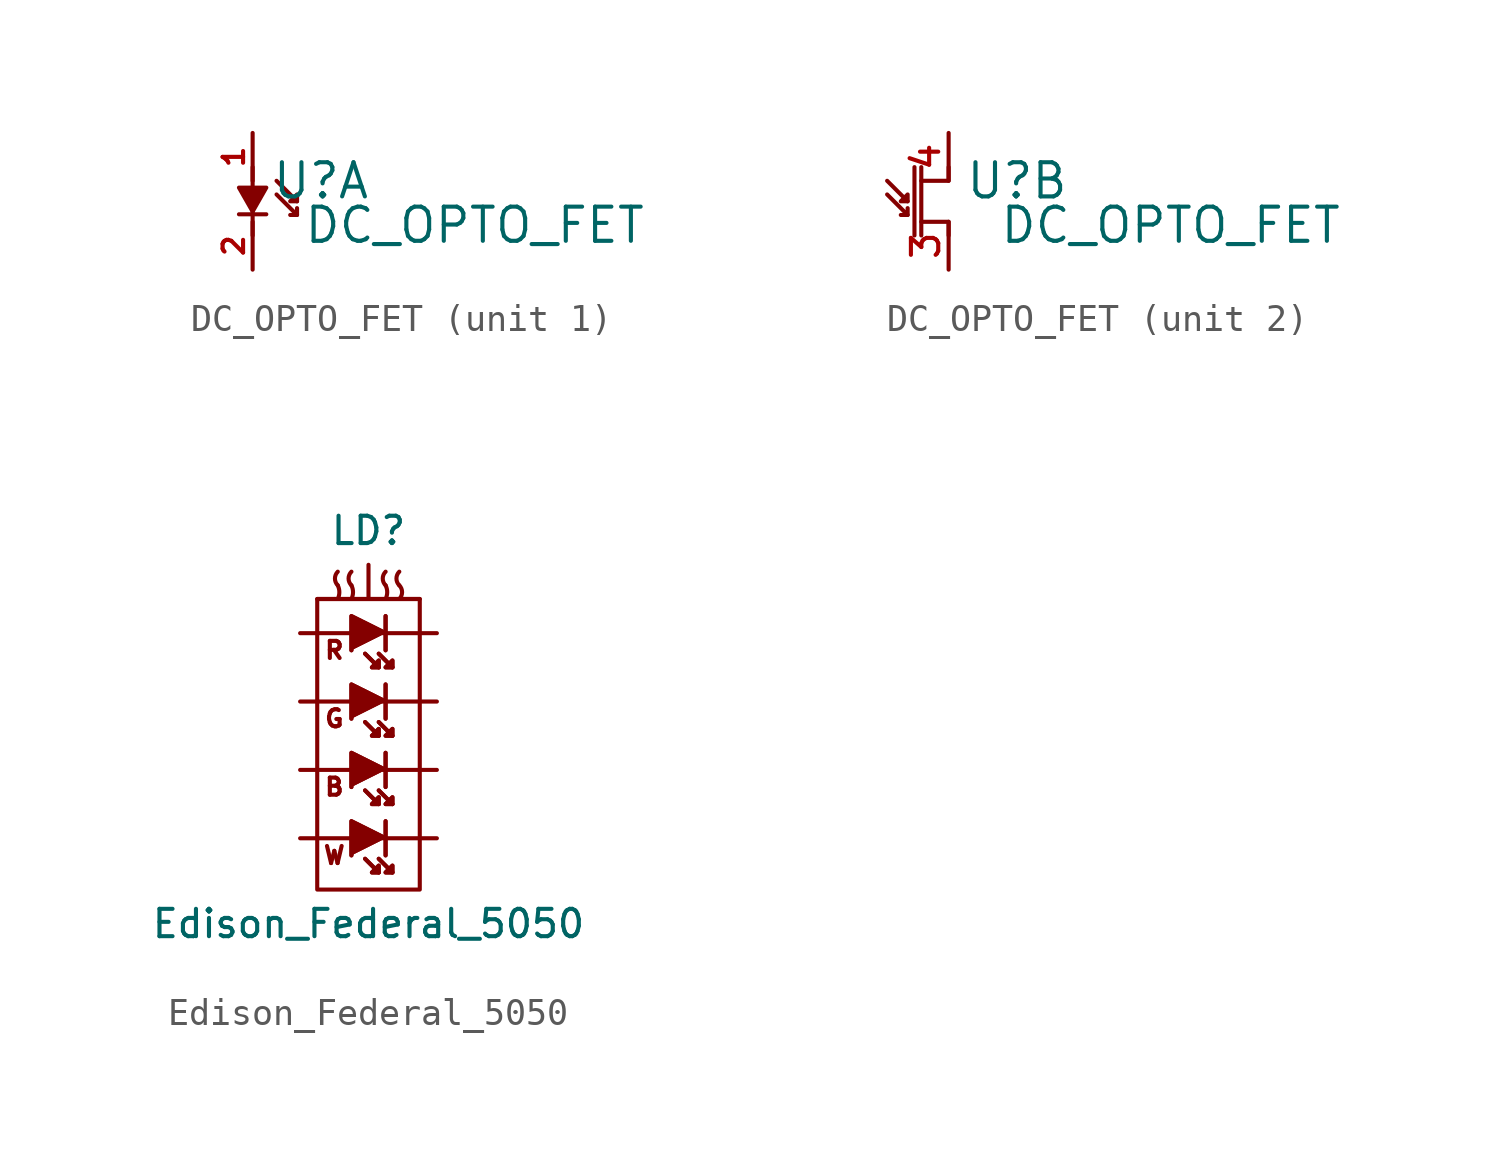
<source format=kicad_sym>
(kicad_symbol_lib
  (version 20220914)
  (generator kicad_symbol_editor)
  (symbol "DC_OPTO_FET"
    (pin_names
      (offset 0) hide)
    (property "Reference" "U"
      (at 2.54 0.762 0)
      (effects (font (size 1.27 1.27))))
    (property "Value" "DC_OPTO_FET"
      (at 8.255 -0.889 0)
      (effects (font (size 1.27 1.27))))
    (property "Footprint" ""
      (at -3.302 0 0)
      (effects (font (size 1.524 1.524))))
    (property "Datasheet" ""
      (at 0 0 0)
      (effects (font (size 1.524 1.524))))
    (property "ki_locked" ""
      (at 0 0 0)
      (effects (font (size 1.27 1.27))))
    (symbol "DC_OPTO_FET_1_1"
      (polyline (pts (xy 0 -1.27) (xy 0 1.27)) (stroke (width 0) (type solid)) (fill (type none)))
      (polyline (pts (xy 0.508 -0.483) (xy -0.508 -0.483)) (stroke (width 0) (type solid)) (fill (type none)))
      (polyline (pts (xy 1.651 0) (xy 0.889 0.762) (xy 0.889 0.762)) (stroke (width 0) (type solid)) (fill (type none)))
      (polyline (pts (xy 0 -0.381) (xy -0.508 0.508) (xy 0.508 0.508) (xy 0 -0.381)) (stroke (width 0) (type solid)) (fill (type outline)))
      (polyline (pts (xy 1.651 -0.508) (xy 0.889 0.254) (xy 0.889 0.254) (xy 0.889 0.254)) (stroke (width 0) (type solid)) (fill (type none)))
      (polyline (pts (xy 1.651 -0.254) (xy 1.651 -0.508) (xy 1.397 -0.508) (xy 1.397 -0.508)) (stroke (width 0) (type solid)) (fill (type outline)))
      (polyline (pts (xy 1.397 0) (xy 1.651 0) (xy 1.651 0.254) (xy 1.397 0) (xy 1.397 0)) (stroke (width 0) (type solid)) (fill (type outline)))
      (pin passive line (at 0 2.54 270) (length 1.778) (name "A" (effects (font (size 0.762 0.762)))) (number "1" (effects (font (size 0.762 0.762)))))
      (pin passive line (at 0 -2.54 90) (length 1.778) (name "K" (effects (font (size 0.762 0.762)))) (number "2" (effects (font (size 0.762 0.762))))))
    (symbol "DC_OPTO_FET_2_1"
      (polyline (pts (xy -1.016 1.27) (xy -1.016 -1.27)) (stroke (width 0) (type solid)) (fill (type none)))
      (polyline (pts (xy -1.524 0) (xy -2.286 0.762) (xy -2.286 0.762)) (stroke (width 0) (type solid)) (fill (type none)))
      (polyline (pts (xy -1.27 1.27) (xy -1.27 -1.27) (xy -1.27 -1.27)) (stroke (width 0) (type solid)) (fill (type outline)))
      (polyline (pts (xy 0 -1.27) (xy 0 -0.762) (xy -1.016 -0.762)) (stroke (width 0) (type solid)) (fill (type none)))
      (polyline (pts (xy 0 1.27) (xy 0 0.762) (xy -1.016 0.762)) (stroke (width 0) (type solid)) (fill (type none)))
      (polyline (pts (xy -1.524 -0.508) (xy -2.286 0.254) (xy -2.286 0.254) (xy -2.286 0.254)) (stroke (width 0) (type solid)) (fill (type none)))
      (polyline (pts (xy -1.524 -0.254) (xy -1.524 -0.508) (xy -1.778 -0.508) (xy -1.778 -0.508)) (stroke (width 0) (type solid)) (fill (type outline)))
      (polyline (pts (xy -1.778 0) (xy -1.524 0) (xy -1.524 0.254) (xy -1.778 0) (xy -1.778 0)) (stroke (width 0) (type solid)) (fill (type outline)))
      (pin passive line (at 0 -2.54 90) (length 1.778) (name "E" (effects (font (size 1.016 1.016)))) (number "3" (effects (font (size 1.016 1.016)))))
      (pin passive line (at 0 2.54 270) (length 1.778) (name "C" (effects (font (size 1.016 1.016)))) (number "4" (effects (font (size 1.016 1.016)))))))
  (symbol "Edison_Federal_5050"
    (pin_numbers hide)
    (pin_names
      (offset 1.016) hide)
    (property "Reference" "LD"
      (at 0 7.62 0)
      (effects (font (size 1.016 1.016))))
    (property "Value" "Edison_Federal_5050"
      (at 0 -6.985 0)
      (effects (font (size 1.016 1.016))))
    (property "Footprint" ""
      (at 0 0 0)
      (effects (font (size 1.524 1.524))))
    (property "Datasheet" ""
      (at 0 0 0)
      (effects (font (size 1.524 1.524))))
    (symbol "Edison_Federal_5050_0_0"
      (rectangle (start -1.905 5.08) (end 1.905 -5.715) (stroke (width 0) (type solid)) (fill (type none)))
      (text "B" (at -1.27 -1.905 0) (effects (font (size 0.635 0.635))))
      (text "G" (at -1.27 0.635 0) (effects (font (size 0.635 0.635))))
      (text "R" (at -1.27 3.175 0) (effects (font (size 0.635 0.635))))
      (text "W" (at -1.27 -4.445 0) (effects (font (size 0.635 0.635)))))
    (symbol "Edison_Federal_5050_0_1"
      (rectangle (start -1.27 5.08) (end -1.905 5.08) (stroke (width 0) (type solid)) (fill (type none)))
      (arc (start -1.143 5.08) (mid -1.083 5.334) (end -1.143 5.588) (stroke (width 0) (type solid)) (fill (type none)))
      (arc (start -1.143 6.096) (mid -1.2482 5.842) (end -1.143 5.588) (stroke (width 0) (type solid)) (fill (type none)))
      (arc (start -0.635 5.08) (mid -0.575 5.334) (end -0.635 5.588) (stroke (width 0) (type solid)) (fill (type none)))
      (arc (start -0.635 6.096) (mid -0.7402 5.842) (end -0.635 5.588) (stroke (width 0) (type solid)) (fill (type none)))
      (polyline (pts (xy -1.27 5.08) (xy 1.27 5.08) (xy 1.27 5.08)) (stroke (width 0) (type solid)) (fill (type none)))
      (polyline (pts (xy -0.127 -4.572) (xy 0.381 -5.08) (xy 0.381 -5.08)) (stroke (width 0) (type solid)) (fill (type none)))
      (polyline (pts (xy -0.127 -4.572) (xy 0.381 -5.08) (xy 0.381 -5.08)) (stroke (width 0) (type solid)) (fill (type none)))
      (polyline (pts (xy -0.127 -2.032) (xy 0.381 -2.54) (xy 0.381 -2.54)) (stroke (width 0) (type solid)) (fill (type none)))
      (polyline (pts (xy -0.127 -2.032) (xy 0.381 -2.54) (xy 0.381 -2.54)) (stroke (width 0) (type solid)) (fill (type none)))
      (polyline (pts (xy -0.127 0.508) (xy 0.381 0) (xy 0.381 0)) (stroke (width 0) (type solid)) (fill (type none)))
      (polyline (pts (xy -0.127 0.508) (xy 0.381 0) (xy 0.381 0)) (stroke (width 0) (type solid)) (fill (type none)))
      (polyline (pts (xy -0.127 3.048) (xy 0.381 2.54) (xy 0.381 2.54)) (stroke (width 0) (type solid)) (fill (type none)))
      (polyline (pts (xy -0.127 3.048) (xy 0.381 2.54) (xy 0.381 2.54)) (stroke (width 0) (type solid)) (fill (type none)))
      (polyline (pts (xy 0.381 -4.572) (xy 0.889 -5.08) (xy 0.889 -5.08)) (stroke (width 0) (type solid)) (fill (type none)))
      (polyline (pts (xy 0.381 -4.572) (xy 0.889 -5.08) (xy 0.889 -5.08)) (stroke (width 0) (type solid)) (fill (type none)))
      (polyline (pts (xy 0.381 -2.032) (xy 0.889 -2.54) (xy 0.889 -2.54)) (stroke (width 0) (type solid)) (fill (type none)))
      (polyline (pts (xy 0.381 -2.032) (xy 0.889 -2.54) (xy 0.889 -2.54)) (stroke (width 0) (type solid)) (fill (type none)))
      (polyline (pts (xy 0.381 0.508) (xy 0.889 0) (xy 0.889 0)) (stroke (width 0) (type solid)) (fill (type none)))
      (polyline (pts (xy 0.381 0.508) (xy 0.889 0) (xy 0.889 0)) (stroke (width 0) (type solid)) (fill (type none)))
      (polyline (pts (xy 0.381 3.048) (xy 0.889 2.54) (xy 0.889 2.54)) (stroke (width 0) (type solid)) (fill (type none)))
      (polyline (pts (xy 0.381 3.048) (xy 0.889 2.54) (xy 0.889 2.54)) (stroke (width 0) (type solid)) (fill (type none)))
      (polyline (pts (xy 0.635 -4.445) (xy 0.635 -3.175) (xy 0.635 -3.175)) (stroke (width 0) (type solid)) (fill (type none)))
      (polyline (pts (xy 0.635 -4.445) (xy 0.635 -3.175) (xy 0.635 -3.175)) (stroke (width 0) (type solid)) (fill (type none)))
      (polyline (pts (xy 0.635 -1.905) (xy 0.635 -0.635) (xy 0.635 -0.635)) (stroke (width 0) (type solid)) (fill (type none)))
      (polyline (pts (xy 0.635 -1.905) (xy 0.635 -0.635) (xy 0.635 -0.635)) (stroke (width 0) (type solid)) (fill (type none)))
      (polyline (pts (xy 0.635 0.635) (xy 0.635 1.905) (xy 0.635 1.905)) (stroke (width 0) (type solid)) (fill (type none)))
      (polyline (pts (xy 0.635 0.635) (xy 0.635 1.905) (xy 0.635 1.905)) (stroke (width 0) (type solid)) (fill (type none)))
      (polyline (pts (xy 0.635 3.175) (xy 0.635 4.445) (xy 0.635 4.445)) (stroke (width 0) (type solid)) (fill (type none)))
      (polyline (pts (xy 0.635 3.175) (xy 0.635 4.445) (xy 0.635 4.445)) (stroke (width 0) (type solid)) (fill (type none)))
      (polyline (pts (xy 0.635 -3.81) (xy -0.635 -3.175) (xy -0.635 -4.445) (xy -0.635 -4.445)) (stroke (width 0) (type solid)) (fill (type outline)))
      (polyline (pts (xy 0.635 -3.81) (xy -0.635 -3.175) (xy -0.635 -4.445) (xy -0.635 -4.445)) (stroke (width 0) (type solid)) (fill (type outline)))
      (polyline (pts (xy 0.635 -1.27) (xy -0.635 -0.635) (xy -0.635 -1.905) (xy -0.635 -1.905)) (stroke (width 0) (type solid)) (fill (type outline)))
      (polyline (pts (xy 0.635 -1.27) (xy -0.635 -0.635) (xy -0.635 -1.905) (xy -0.635 -1.905)) (stroke (width 0) (type solid)) (fill (type outline)))
      (polyline (pts (xy 0.635 1.27) (xy -0.635 1.905) (xy -0.635 0.635) (xy -0.635 0.635)) (stroke (width 0) (type solid)) (fill (type outline)))
      (polyline (pts (xy 0.635 1.27) (xy -0.635 1.905) (xy -0.635 0.635) (xy -0.635 0.635)) (stroke (width 0) (type solid)) (fill (type outline)))
      (polyline (pts (xy 0.635 3.81) (xy -0.635 4.445) (xy -0.635 3.175) (xy -0.635 3.175)) (stroke (width 0) (type solid)) (fill (type outline)))
      (polyline (pts (xy 0.635 3.81) (xy -0.635 4.445) (xy -0.635 3.175) (xy -0.635 3.175)) (stroke (width 0) (type solid)) (fill (type outline)))
      (polyline (pts (xy 0.889 -5.08) (xy 0.635 -5.08) (xy 0.889 -4.826) (xy 0.889 -5.08) (xy 0.889 -5.08)) (stroke (width 0) (type solid)) (fill (type outline)))
      (polyline (pts (xy 0.889 -5.08) (xy 0.635 -5.08) (xy 0.889 -4.826) (xy 0.889 -5.08) (xy 0.889 -5.08)) (stroke (width 0) (type solid)) (fill (type outline)))
      (polyline (pts (xy 0.889 -2.54) (xy 0.635 -2.54) (xy 0.889 -2.286) (xy 0.889 -2.54) (xy 0.889 -2.54)) (stroke (width 0) (type solid)) (fill (type outline)))
      (polyline (pts (xy 0.889 -2.54) (xy 0.635 -2.54) (xy 0.889 -2.286) (xy 0.889 -2.54) (xy 0.889 -2.54)) (stroke (width 0) (type solid)) (fill (type outline)))
      (polyline (pts (xy 0.889 0) (xy 0.635 0) (xy 0.889 0.254) (xy 0.889 0) (xy 0.889 0)) (stroke (width 0) (type solid)) (fill (type outline)))
      (polyline (pts (xy 0.889 0) (xy 0.635 0) (xy 0.889 0.254) (xy 0.889 0) (xy 0.889 0)) (stroke (width 0) (type solid)) (fill (type outline)))
      (polyline (pts (xy 0.889 2.54) (xy 0.635 2.54) (xy 0.889 2.794) (xy 0.889 2.54) (xy 0.889 2.54)) (stroke (width 0) (type solid)) (fill (type outline)))
      (polyline (pts (xy 0.889 2.54) (xy 0.635 2.54) (xy 0.889 2.794) (xy 0.889 2.54) (xy 0.889 2.54)) (stroke (width 0) (type solid)) (fill (type outline)))
      (polyline (pts (xy 0.381 -5.08) (xy 0.127 -5.08) (xy 0.381 -4.826) (xy 0.381 -5.08) (xy 0.381 -5.08) (xy 0.381 -5.08)) (stroke (width 0) (type solid)) (fill (type outline)))
      (polyline (pts (xy 0.381 -5.08) (xy 0.127 -5.08) (xy 0.381 -4.826) (xy 0.381 -5.08) (xy 0.381 -5.08) (xy 0.381 -5.08)) (stroke (width 0) (type solid)) (fill (type outline)))
      (polyline (pts (xy 0.381 -2.54) (xy 0.127 -2.54) (xy 0.381 -2.286) (xy 0.381 -2.54) (xy 0.381 -2.54) (xy 0.381 -2.54)) (stroke (width 0) (type solid)) (fill (type outline)))
      (polyline (pts (xy 0.381 -2.54) (xy 0.127 -2.54) (xy 0.381 -2.286) (xy 0.381 -2.54) (xy 0.381 -2.54) (xy 0.381 -2.54)) (stroke (width 0) (type solid)) (fill (type outline)))
      (polyline (pts (xy 0.381 0) (xy 0.127 0) (xy 0.381 0.254) (xy 0.381 0) (xy 0.381 0) (xy 0.381 0)) (stroke (width 0) (type solid)) (fill (type outline)))
      (polyline (pts (xy 0.381 0) (xy 0.127 0) (xy 0.381 0.254) (xy 0.381 0) (xy 0.381 0) (xy 0.381 0)) (stroke (width 0) (type solid)) (fill (type outline)))
      (polyline (pts (xy 0.381 2.54) (xy 0.127 2.54) (xy 0.381 2.794) (xy 0.381 2.54) (xy 0.381 2.54) (xy 0.381 2.54)) (stroke (width 0) (type solid)) (fill (type outline)))
      (polyline (pts (xy 0.381 2.54) (xy 0.127 2.54) (xy 0.381 2.794) (xy 0.381 2.54) (xy 0.381 2.54) (xy 0.381 2.54)) (stroke (width 0) (type solid)) (fill (type outline)))
      (arc (start 0.635 5.08) (mid 0.695 5.334) (end 0.635 5.588) (stroke (width 0) (type solid)) (fill (type none)))
      (arc (start 0.635 6.096) (mid 0.5298 5.842) (end 0.635 5.588) (stroke (width 0) (type solid)) (fill (type none)))
      (arc (start 1.143 5.08) (mid 1.2482 5.334) (end 1.143 5.588) (stroke (width 0) (type solid)) (fill (type none)))
      (arc (start 1.143 6.096) (mid 1.0378 5.842) (end 1.143 5.588) (stroke (width 0) (type solid)) (fill (type none)))
      (rectangle (start 1.905 5.08) (end 1.27 5.08) (stroke (width 0) (type solid)) (fill (type none))))
    (symbol "Edison_Federal_5050_1_1"
      (pin passive line (at 2.54 -3.81 180) (length 2.007) (name "KW" (effects (font (size 1.016 1.016)))) (number "1" (effects (font (size 1.016 1.016)))))
      (pin passive line (at 2.54 3.81 180) (length 2.007) (name "KR" (effects (font (size 1.016 1.016)))) (number "2" (effects (font (size 1.016 1.016)))))
      (pin passive line (at 2.54 1.27 180) (length 2.007) (name "KG" (effects (font (size 1.016 1.016)))) (number "3" (effects (font (size 1.016 1.016)))))
      (pin passive line (at 2.54 -1.27 180) (length 2.007) (name "KB" (effects (font (size 1.016 1.016)))) (number "4" (effects (font (size 1.016 1.016)))))
      (pin passive line (at -2.54 -3.81 0) (length 2.007) (name "AW" (effects (font (size 1.016 1.016)))) (number "5" (effects (font (size 1.016 1.016)))))
      (pin passive line (at -2.54 3.81 0) (length 2.007) (name "AR" (effects (font (size 1.016 1.016)))) (number "6" (effects (font (size 1.016 1.016)))))
      (pin passive line (at -2.54 1.27 0) (length 2.007) (name "AG" (effects (font (size 1.016 1.016)))) (number "7" (effects (font (size 1.016 1.016)))))
      (pin passive line (at -2.54 -1.27 0) (length 2.007) (name "AB" (effects (font (size 1.016 1.016)))) (number "8" (effects (font (size 1.016 1.016)))))
      (pin input line (at 0 6.35 270) (length 1.27) (name "Thermal" (effects (font (size 1.016 1.016)))) (number "9" (effects (font (size 1.016 1.016))))))))
</source>
